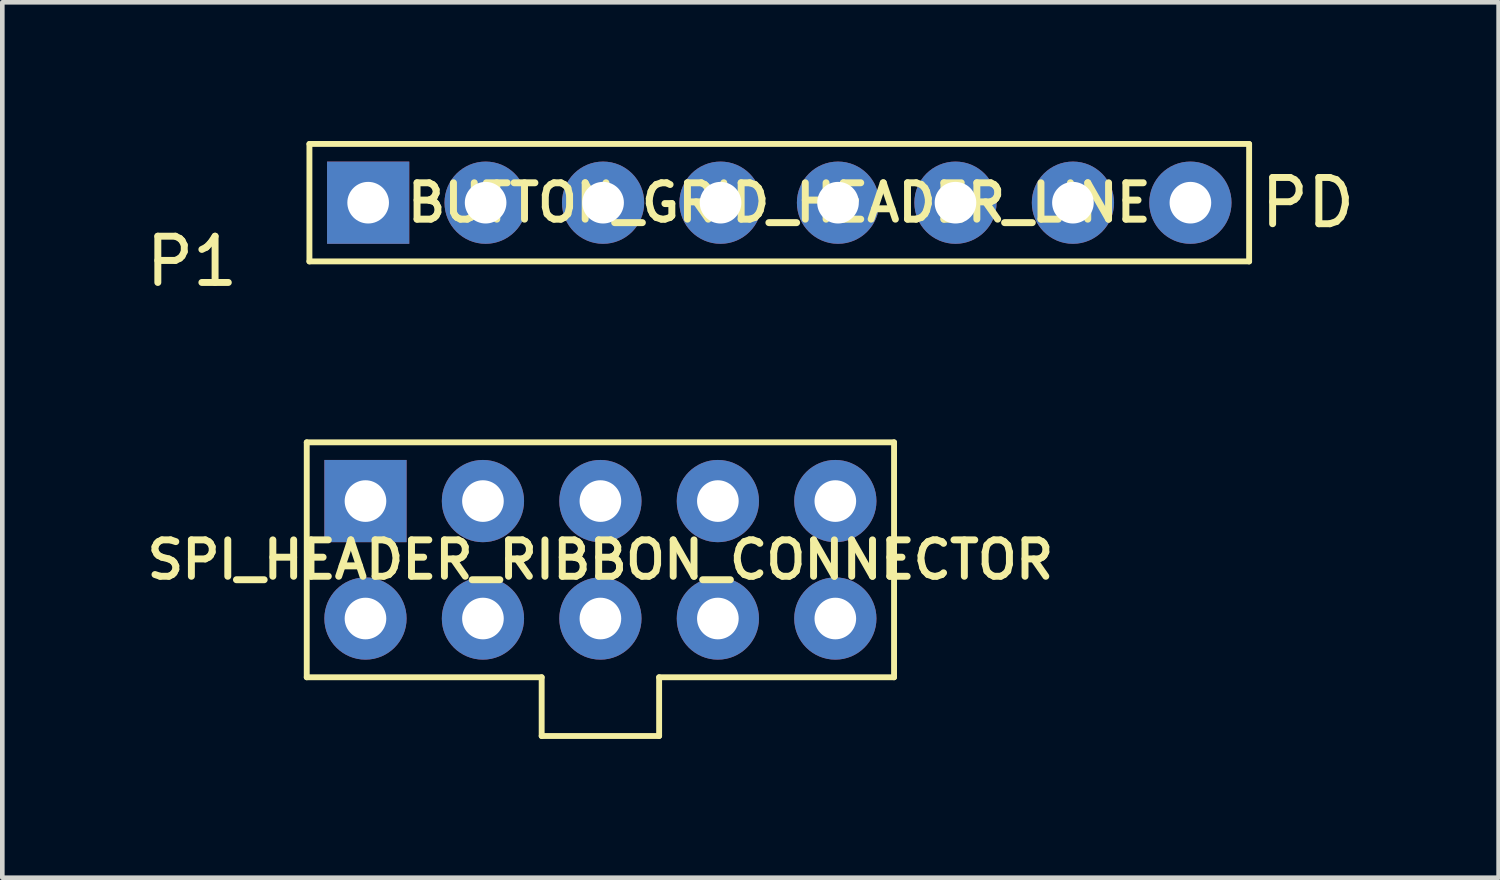
<source format=kicad_pcb>
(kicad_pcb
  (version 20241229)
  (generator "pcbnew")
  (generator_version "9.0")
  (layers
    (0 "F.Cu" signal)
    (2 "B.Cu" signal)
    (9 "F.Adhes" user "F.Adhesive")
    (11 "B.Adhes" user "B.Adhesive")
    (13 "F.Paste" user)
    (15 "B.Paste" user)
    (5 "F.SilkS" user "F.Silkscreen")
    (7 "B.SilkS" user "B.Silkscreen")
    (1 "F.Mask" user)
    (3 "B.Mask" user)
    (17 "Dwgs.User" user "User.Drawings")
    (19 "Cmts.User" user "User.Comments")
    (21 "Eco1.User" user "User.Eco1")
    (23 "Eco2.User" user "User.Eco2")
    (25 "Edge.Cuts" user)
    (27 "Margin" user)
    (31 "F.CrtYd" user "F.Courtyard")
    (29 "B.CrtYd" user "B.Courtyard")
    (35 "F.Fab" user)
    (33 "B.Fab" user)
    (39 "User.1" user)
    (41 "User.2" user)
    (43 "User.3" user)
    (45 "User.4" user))
  (footprint "BUTTON_GRID_HEADER_LINE"
    (layer "F.Cu")
    (at 13.801 1.333)
    (property "Reference" "BUTTON_GRID_HEADER_LINE" (at 0 0 0) (layer "F.SilkS") (effects (font (size 0.787 0.787) (thickness 0.15))))
    (attr through_hole)
    (fp_line (start -10.16 -1.27) (end 10.16 -1.27) (stroke (width 0.127) (type solid)) (layer "F.SilkS"))
    (fp_line (start -10.16 1.27) (end -10.16 -1.27) (stroke (width 0.127) (type solid)) (layer "F.SilkS"))
    (fp_line (start 10.16 -1.27) (end 10.16 1.27) (stroke (width 0.127) (type solid)) (layer "F.SilkS"))
    (fp_line (start 10.16 1.27) (end -10.16 1.27) (stroke (width 0.127) (type solid)) (layer "F.SilkS"))
    (fp_text user "PD" (at 11.43 0 0) (layer "F.SilkS") (effects (font (size 1 1) (thickness 0.15))))
    (fp_text user "P1" (at -12.7 1.27 0) (layer "F.SilkS") (effects (font (size 1 1) (thickness 0.15))))
    (pad "P1" thru_hole rect (at -8.89 0) (size 1.778 1.778) (drill 0.9) (layers "*.Cu" "*.Mask"))
    (pad "P2" thru_hole circle (at -6.35 0) (size 1.778 1.778) (drill 0.9) (layers "*.Cu" "*.Mask"))
    (pad "P3" thru_hole circle (at -3.81 0) (size 1.778 1.778) (drill 0.9) (layers "*.Cu" "*.Mask"))
    (pad "P4" thru_hole circle (at -1.27 0) (size 1.778 1.778) (drill 0.9) (layers "*.Cu" "*.Mask"))
    (pad "PA" thru_hole circle (at 1.27 0) (size 1.778 1.778) (drill 0.9) (layers "*.Cu" "*.Mask"))
    (pad "PB" thru_hole circle (at 3.81 0) (size 1.778 1.778) (drill 0.9) (layers "*.Cu" "*.Mask"))
    (pad "PC" thru_hole circle (at 6.35 0) (size 1.778 1.778) (drill 0.9) (layers "*.Cu" "*.Mask"))
    (pad "PD" thru_hole circle (at 8.89 0) (size 1.778 1.778) (drill 0.9) (layers "*.Cu" "*.Mask")))
  (footprint "SPI_HEADER_RIBBON_CONNECTOR"
    (layer "F.Cu")
    (at 9.933 9.055)
    (property "Reference" "SPI_HEADER_RIBBON_CONNECTOR" (at 0 0 0) (layer "F.SilkS") (effects (font (size 0.787 0.787) (thickness 0.15))))
    (attr through_hole)
    (fp_line (start -6.35 -2.54) (end -6.35 2.54) (stroke (width 0.127) (type solid)) (layer "F.SilkS"))
    (fp_line (start -6.35 2.54) (end -1.27 2.54) (stroke (width 0.127) (type solid)) (layer "F.SilkS"))
    (fp_line (start -1.27 2.54) (end -1.27 3.81) (stroke (width 0.127) (type solid)) (layer "F.SilkS"))
    (fp_line (start -1.27 3.81) (end 1.27 3.81) (stroke (width 0.127) (type solid)) (layer "F.SilkS"))
    (fp_line (start 1.27 2.54) (end 6.35 2.54) (stroke (width 0.127) (type solid)) (layer "F.SilkS"))
    (fp_line (start 1.27 3.81) (end 1.27 2.54) (stroke (width 0.127) (type solid)) (layer "F.SilkS"))
    (fp_line (start 6.35 -2.54) (end -6.35 -2.54) (stroke (width 0.127) (type solid)) (layer "F.SilkS"))
    (fp_line (start 6.35 2.54) (end 6.35 -2.54) (stroke (width 0.127) (type solid)) (layer "F.SilkS"))
    (pad "3V3" thru_hole rect (at -5.08 -1.27) (size 1.778 1.778) (drill 0.9) (layers "*.Cu" "*.Mask"))
    (pad "5V" thru_hole circle (at -2.54 -1.27) (size 1.778 1.778) (drill 0.9) (layers "*.Cu" "*.Mask"))
    (pad "GND" thru_hole circle (at 0 -1.27) (size 1.778 1.778) (drill 0.9) (layers "*.Cu" "*.Mask"))
    (pad "MISO" thru_hole circle (at 5.08 1.27) (size 1.778 1.778) (drill 0.9) (layers "*.Cu" "*.Mask"))
    (pad "MOSI" thru_hole circle (at 5.08 -1.27) (size 1.778 1.778) (drill 0.9) (layers "*.Cu" "*.Mask"))
    (pad "SCK" thru_hole circle (at 2.54 -1.27) (size 1.778 1.778) (drill 0.9) (layers "*.Cu" "*.Mask"))
    (pad "SD_CS" thru_hole circle (at 2.54 1.27) (size 1.778 1.778) (drill 0.9) (layers "*.Cu" "*.Mask"))
    (pad "SPKR" thru_hole circle (at -5.08 1.27) (size 1.778 1.778) (drill 0.9) (layers "*.Cu" "*.Mask"))
    (pad "TFT_CS" thru_hole circle (at 0 1.27) (size 1.778 1.778) (drill 0.9) (layers "*.Cu" "*.Mask"))
    (pad "TFT_DC" thru_hole circle (at -2.54 1.27) (size 1.778 1.778) (drill 0.9) (layers "*.Cu" "*.Mask")))
  (gr_rect
    (start -3 -3)
    (end 29.356 15.929)
    (stroke (width 0.1) (type default))
    (fill no)
    (layer "Edge.Cuts")))
</source>
